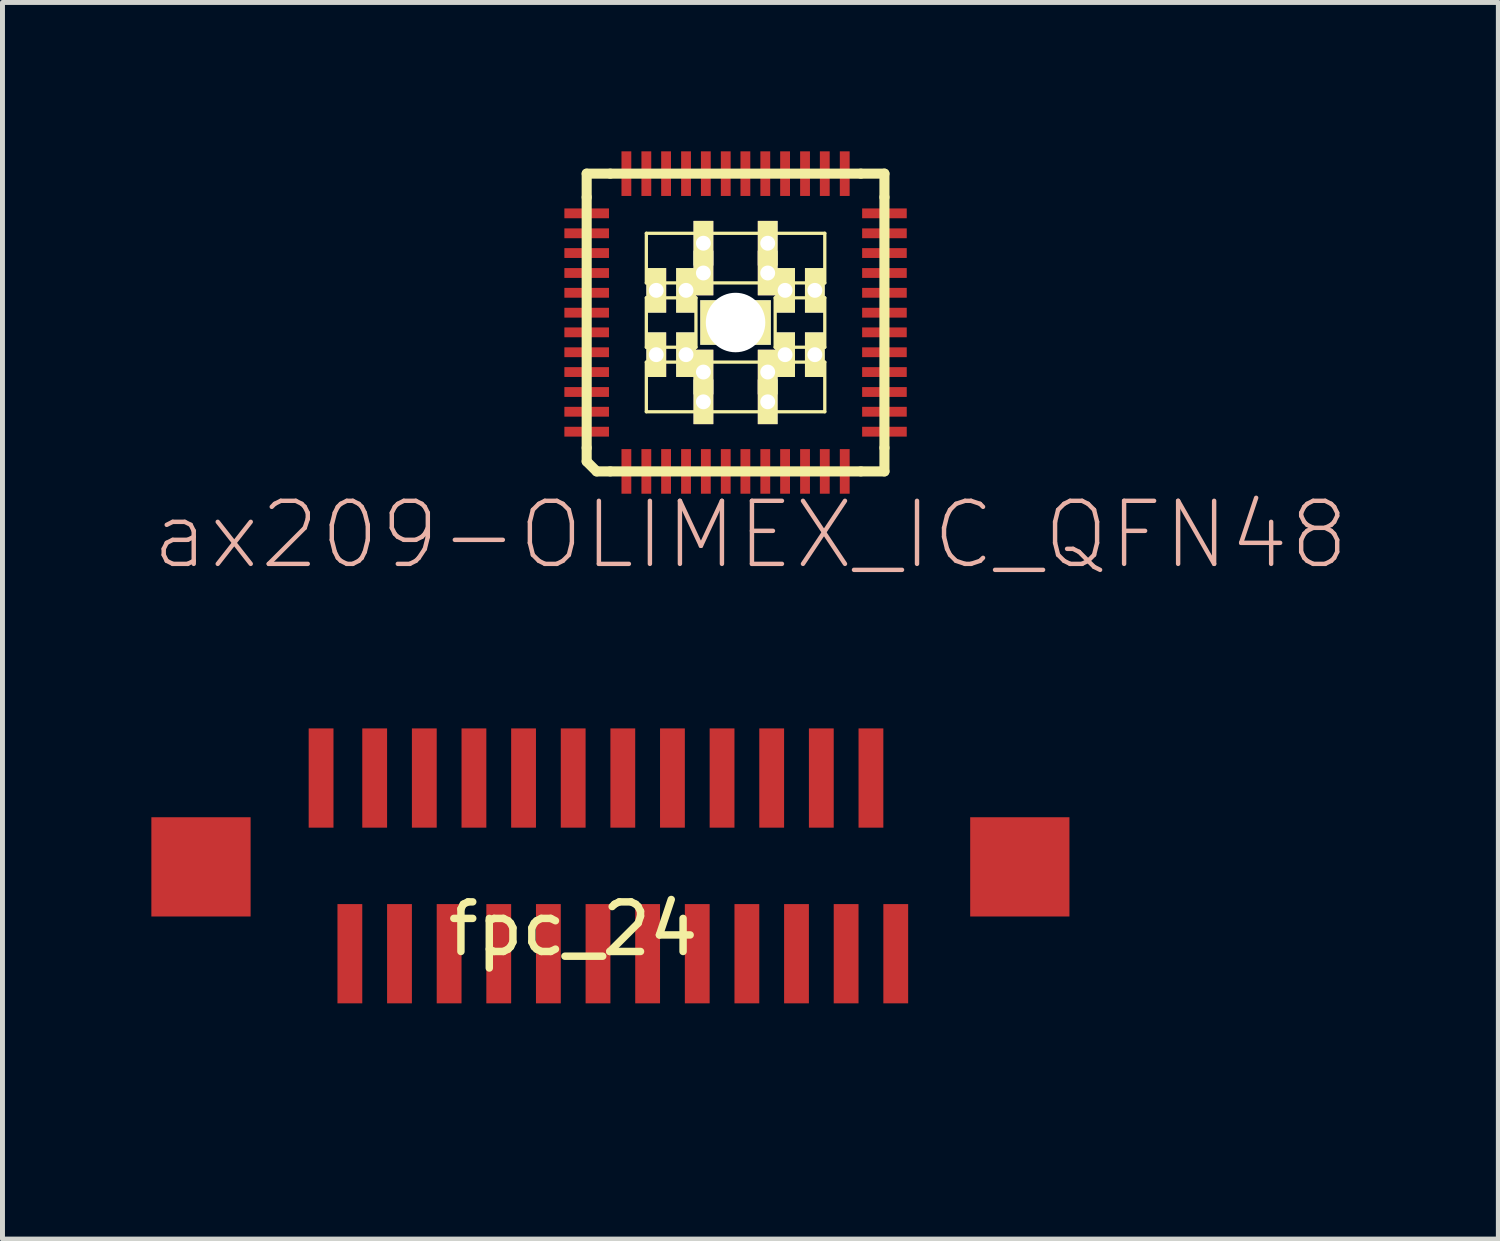
<source format=kicad_pcb>
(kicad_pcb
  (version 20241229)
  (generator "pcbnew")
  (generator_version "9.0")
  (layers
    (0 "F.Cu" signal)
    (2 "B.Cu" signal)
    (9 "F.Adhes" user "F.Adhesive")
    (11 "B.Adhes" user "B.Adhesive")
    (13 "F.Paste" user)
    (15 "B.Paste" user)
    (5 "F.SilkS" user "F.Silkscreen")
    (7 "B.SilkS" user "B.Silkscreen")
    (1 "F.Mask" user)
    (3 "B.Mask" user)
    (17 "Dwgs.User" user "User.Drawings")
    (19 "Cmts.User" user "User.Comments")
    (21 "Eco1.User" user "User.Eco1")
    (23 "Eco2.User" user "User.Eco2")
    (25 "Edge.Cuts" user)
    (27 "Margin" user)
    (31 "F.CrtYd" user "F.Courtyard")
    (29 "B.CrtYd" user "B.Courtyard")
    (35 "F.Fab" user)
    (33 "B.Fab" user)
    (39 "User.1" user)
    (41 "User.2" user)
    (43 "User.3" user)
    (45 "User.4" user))
  (footprint "ax209-OLIMEX_IC_QFN48"
    (layer "F.Cu")
    (at 11.772 3.449)
    (property "Reference" "ax209-OLIMEX_IC_QFN48" (at 0.3 4.28 0) (layer "B.SilkS") (effects (font (size 1.27 1.27) (thickness 0.089))))
    (attr smd)
    (fp_line (start -3 -3) (end -2.525 -3) (stroke (width 0.203) (type solid)) (layer "F.SilkS"))
    (fp_line (start -3 -2.525) (end -3 -3) (stroke (width 0.203) (type solid)) (layer "F.SilkS"))
    (fp_line (start -3 2.525) (end -3 -2.525) (stroke (width 0.203) (type solid)) (layer "F.SilkS"))
    (fp_line (start -3 2.799) (end -3 2.525) (stroke (width 0.203) (type solid)) (layer "F.SilkS"))
    (fp_line (start -2.799 3) (end -3 2.799) (stroke (width 0.203) (type solid)) (layer "F.SilkS"))
    (fp_line (start -2.525 -3) (end 2.525 -3) (stroke (width 0.203) (type solid)) (layer "F.SilkS"))
    (fp_line (start -2.525 3) (end -2.799 3) (stroke (width 0.203) (type solid)) (layer "F.SilkS"))
    (fp_line (start -1.798 -1.798) (end -0.798 -1.798) (stroke (width 0.066) (type solid)) (layer "F.SilkS"))
    (fp_line (start -1.798 -0.798) (end -1.798 -1.798) (stroke (width 0.066) (type solid)) (layer "F.SilkS"))
    (fp_line (start -1.798 -0.798) (end -0.798 -0.798) (stroke (width 0.066) (type solid)) (layer "F.SilkS"))
    (fp_line (start -1.798 -0.498) (end -0.798 -0.498) (stroke (width 0.066) (type solid)) (layer "F.SilkS"))
    (fp_line (start -1.798 0.498) (end -1.798 -0.498) (stroke (width 0.066) (type solid)) (layer "F.SilkS"))
    (fp_line (start -1.798 0.498) (end -0.798 0.498) (stroke (width 0.066) (type solid)) (layer "F.SilkS"))
    (fp_line (start -1.798 0.798) (end -0.798 0.798) (stroke (width 0.066) (type solid)) (layer "F.SilkS"))
    (fp_line (start -1.798 1.798) (end -1.798 0.798) (stroke (width 0.066) (type solid)) (layer "F.SilkS"))
    (fp_line (start -1.798 1.798) (end -0.798 1.798) (stroke (width 0.066) (type solid)) (layer "F.SilkS"))
    (fp_line (start -0.798 -0.798) (end -0.798 -1.798) (stroke (width 0.066) (type solid)) (layer "F.SilkS"))
    (fp_line (start -0.798 0.498) (end -0.798 -0.498) (stroke (width 0.066) (type solid)) (layer "F.SilkS"))
    (fp_line (start -0.798 1.798) (end -0.798 0.798) (stroke (width 0.066) (type solid)) (layer "F.SilkS"))
    (fp_line (start -0.498 -1.798) (end 0.498 -1.798) (stroke (width 0.066) (type solid)) (layer "F.SilkS"))
    (fp_line (start -0.498 -0.798) (end -0.498 -1.798) (stroke (width 0.066) (type solid)) (layer "F.SilkS"))
    (fp_line (start -0.498 -0.798) (end 0.498 -0.798) (stroke (width 0.066) (type solid)) (layer "F.SilkS"))
    (fp_line (start -0.498 0.798) (end 0.498 0.798) (stroke (width 0.066) (type solid)) (layer "F.SilkS"))
    (fp_line (start -0.498 1.798) (end -0.498 0.798) (stroke (width 0.066) (type solid)) (layer "F.SilkS"))
    (fp_line (start -0.498 1.798) (end 0.498 1.798) (stroke (width 0.066) (type solid)) (layer "F.SilkS"))
    (fp_line (start 0.498 -0.798) (end 0.498 -1.798) (stroke (width 0.066) (type solid)) (layer "F.SilkS"))
    (fp_line (start 0.498 1.798) (end 0.498 0.798) (stroke (width 0.066) (type solid)) (layer "F.SilkS"))
    (fp_line (start 0.798 -1.798) (end 1.798 -1.798) (stroke (width 0.066) (type solid)) (layer "F.SilkS"))
    (fp_line (start 0.798 -0.798) (end 0.798 -1.798) (stroke (width 0.066) (type solid)) (layer "F.SilkS"))
    (fp_line (start 0.798 -0.798) (end 1.798 -0.798) (stroke (width 0.066) (type solid)) (layer "F.SilkS"))
    (fp_line (start 0.798 -0.498) (end 1.798 -0.498) (stroke (width 0.066) (type solid)) (layer "F.SilkS"))
    (fp_line (start 0.798 0.498) (end 0.798 -0.498) (stroke (width 0.066) (type solid)) (layer "F.SilkS"))
    (fp_line (start 0.798 0.498) (end 1.798 0.498) (stroke (width 0.066) (type solid)) (layer "F.SilkS"))
    (fp_line (start 0.798 0.798) (end 1.798 0.798) (stroke (width 0.066) (type solid)) (layer "F.SilkS"))
    (fp_line (start 0.798 1.798) (end 0.798 0.798) (stroke (width 0.066) (type solid)) (layer "F.SilkS"))
    (fp_line (start 0.798 1.798) (end 1.798 1.798) (stroke (width 0.066) (type solid)) (layer "F.SilkS"))
    (fp_line (start 1.798 -0.798) (end 1.798 -1.798) (stroke (width 0.066) (type solid)) (layer "F.SilkS"))
    (fp_line (start 1.798 0.498) (end 1.798 -0.498) (stroke (width 0.066) (type solid)) (layer "F.SilkS"))
    (fp_line (start 1.798 1.798) (end 1.798 0.798) (stroke (width 0.066) (type solid)) (layer "F.SilkS"))
    (fp_line (start 2.525 -3) (end 3 -3) (stroke (width 0.203) (type solid)) (layer "F.SilkS"))
    (fp_line (start 2.525 3) (end -2.525 3) (stroke (width 0.203) (type solid)) (layer "F.SilkS"))
    (fp_line (start 3 -3) (end 3 -2.525) (stroke (width 0.203) (type solid)) (layer "F.SilkS"))
    (fp_line (start 3 -2.525) (end 3 2.525) (stroke (width 0.203) (type solid)) (layer "F.SilkS"))
    (fp_line (start 3 2.525) (end 3 3) (stroke (width 0.203) (type solid)) (layer "F.SilkS"))
    (fp_line (start 3 3) (end 2.525 3) (stroke (width 0.203) (type solid)) (layer "F.SilkS"))
    (pad "1" smd rect (at -2.2 3) (size 0.198 0.899) (layers "F.Cu" "F.Mask" "F.Paste"))
    (pad "2" smd rect (at -1.798 3) (size 0.198 0.899) (layers "F.Cu" "F.Mask" "F.Paste"))
    (pad "3" smd rect (at -1.4 3) (size 0.198 0.899) (layers "F.Cu" "F.Mask" "F.Paste"))
    (pad "4" smd rect (at -0.998 3) (size 0.198 0.899) (layers "F.Cu" "F.Mask" "F.Paste"))
    (pad "5" smd rect (at -0.599 3) (size 0.198 0.899) (layers "F.Cu" "F.Mask" "F.Paste"))
    (pad "6" smd rect (at -0.198 3) (size 0.198 0.899) (layers "F.Cu" "F.Mask" "F.Paste"))
    (pad "7" smd rect (at 0.198 3) (size 0.198 0.899) (layers "F.Cu" "F.Mask" "F.Paste"))
    (pad "8" smd rect (at 0.599 3) (size 0.198 0.899) (layers "F.Cu" "F.Mask" "F.Paste"))
    (pad "9" smd rect (at 0.998 3) (size 0.198 0.899) (layers "F.Cu" "F.Mask" "F.Paste"))
    (pad "10" smd rect (at 1.4 3) (size 0.198 0.899) (layers "F.Cu" "F.Mask" "F.Paste"))
    (pad "11" smd rect (at 1.798 3) (size 0.198 0.899) (layers "F.Cu" "F.Mask" "F.Paste"))
    (pad "12" smd rect (at 2.2 3) (size 0.198 0.899) (layers "F.Cu" "F.Mask" "F.Paste"))
    (pad "13" smd rect (at 3 2.2 90) (size 0.198 0.899) (layers "F.Cu" "F.Mask" "F.Paste"))
    (pad "14" smd rect (at 3 1.798 90) (size 0.198 0.899) (layers "F.Cu" "F.Mask" "F.Paste"))
    (pad "15" smd rect (at 3 1.4 90) (size 0.198 0.899) (layers "F.Cu" "F.Mask" "F.Paste"))
    (pad "16" smd rect (at 3 0.998 90) (size 0.198 0.899) (layers "F.Cu" "F.Mask" "F.Paste"))
    (pad "17" smd rect (at 3 0.599 90) (size 0.198 0.899) (layers "F.Cu" "F.Mask" "F.Paste"))
    (pad "18" smd rect (at 3 0.198 90) (size 0.198 0.899) (layers "F.Cu" "F.Mask" "F.Paste"))
    (pad "19" smd rect (at 3 -0.198 90) (size 0.198 0.899) (layers "F.Cu" "F.Mask" "F.Paste"))
    (pad "20" smd rect (at 3 -0.599 90) (size 0.198 0.899) (layers "F.Cu" "F.Mask" "F.Paste"))
    (pad "21" smd rect (at 3 -0.998 90) (size 0.198 0.899) (layers "F.Cu" "F.Mask" "F.Paste"))
    (pad "22" smd rect (at 3 -1.4 90) (size 0.198 0.899) (layers "F.Cu" "F.Mask" "F.Paste"))
    (pad "23" smd rect (at 3 -1.798 90) (size 0.198 0.899) (layers "F.Cu" "F.Mask" "F.Paste"))
    (pad "24" smd rect (at 3 -2.2 90) (size 0.198 0.899) (layers "F.Cu" "F.Mask" "F.Paste"))
    (pad "25" smd rect (at 2.2 -3) (size 0.198 0.899) (layers "F.Cu" "F.Mask" "F.Paste"))
    (pad "26" smd rect (at 1.798 -3) (size 0.198 0.899) (layers "F.Cu" "F.Mask" "F.Paste"))
    (pad "27" smd rect (at 1.4 -3) (size 0.198 0.899) (layers "F.Cu" "F.Mask" "F.Paste"))
    (pad "28" smd rect (at 0.998 -3) (size 0.198 0.899) (layers "F.Cu" "F.Mask" "F.Paste"))
    (pad "29" smd rect (at 0.599 -3) (size 0.198 0.899) (layers "F.Cu" "F.Mask" "F.Paste"))
    (pad "30" smd rect (at 0.198 -3) (size 0.198 0.899) (layers "F.Cu" "F.Mask" "F.Paste"))
    (pad "31" smd rect (at -0.198 -3) (size 0.198 0.899) (layers "F.Cu" "F.Mask" "F.Paste"))
    (pad "32" smd rect (at -0.599 -3) (size 0.198 0.899) (layers "F.Cu" "F.Mask" "F.Paste"))
    (pad "33" smd rect (at -0.998 -3) (size 0.198 0.899) (layers "F.Cu" "F.Mask" "F.Paste"))
    (pad "34" smd rect (at -1.4 -3) (size 0.198 0.899) (layers "F.Cu" "F.Mask" "F.Paste"))
    (pad "35" smd rect (at -1.798 -3) (size 0.198 0.899) (layers "F.Cu" "F.Mask" "F.Paste"))
    (pad "36" smd rect (at -2.2 -3) (size 0.198 0.899) (layers "F.Cu" "F.Mask" "F.Paste"))
    (pad "37" smd rect (at -3 -2.2 90) (size 0.198 0.899) (layers "F.Cu" "F.Mask" "F.Paste"))
    (pad "38" smd rect (at -3 -1.798 90) (size 0.198 0.899) (layers "F.Cu" "F.Mask" "F.Paste"))
    (pad "39" smd rect (at -3 -1.4 90) (size 0.198 0.899) (layers "F.Cu" "F.Mask" "F.Paste"))
    (pad "40" smd rect (at -3 -0.998 90) (size 0.198 0.899) (layers "F.Cu" "F.Mask" "F.Paste"))
    (pad "41" smd rect (at -3 -0.599 90) (size 0.198 0.899) (layers "F.Cu" "F.Mask" "F.Paste"))
    (pad "42" smd rect (at -3 -0.198 90) (size 0.198 0.899) (layers "F.Cu" "F.Mask" "F.Paste"))
    (pad "43" smd rect (at -3 0.198 90) (size 0.198 0.899) (layers "F.Cu" "F.Mask" "F.Paste"))
    (pad "44" smd rect (at -3 0.599 90) (size 0.198 0.899) (layers "F.Cu" "F.Mask" "F.Paste"))
    (pad "45" smd rect (at -3 0.998 90) (size 0.198 0.899) (layers "F.Cu" "F.Mask" "F.Paste"))
    (pad "46" smd rect (at -3 1.4 90) (size 0.198 0.899) (layers "F.Cu" "F.Mask" "F.Paste"))
    (pad "47" smd rect (at -3 1.798 90) (size 0.198 0.899) (layers "F.Cu" "F.Mask" "F.Paste"))
    (pad "48" smd rect (at -3 2.2 90) (size 0.198 0.899) (layers "F.Cu" "F.Mask" "F.Paste"))
    (pad "N1" thru_hole rect (at 0 0) (size 1.422 0.899) (drill 1.199) (layers "*.Cu" "F.Mask" "F.SilkS" "F.Paste"))
    (pad "N2" thru_hole rect (at -1.598 -0.648) (size 0.399 0.899) (drill 0.3) (layers "*.Cu" "F.Mask" "F.SilkS" "F.Paste"))
    (pad "N3" thru_hole rect (at -0.998 -0.648) (size 0.399 0.899) (drill 0.3) (layers "*.Cu" "F.Mask" "F.SilkS" "F.Paste"))
    (pad "N4" thru_hole rect (at -1.598 0.648) (size 0.399 0.899) (drill 0.3) (layers "*.Cu" "F.Mask" "F.SilkS" "F.Paste"))
    (pad "N5" thru_hole rect (at -0.998 0.648) (size 0.399 0.899) (drill 0.3) (layers "*.Cu" "F.Mask" "F.SilkS" "F.Paste"))
    (pad "N6" thru_hole rect (at -0.648 1.598) (size 0.399 0.899) (drill 0.3) (layers "*.Cu" "F.Mask" "F.SilkS" "F.Paste"))
    (pad "N7" thru_hole rect (at -0.648 0.998) (size 0.399 0.899) (drill 0.3) (layers "*.Cu" "F.Mask" "F.SilkS" "F.Paste"))
    (pad "N8" thru_hole rect (at 0.648 1.598) (size 0.399 0.899) (drill 0.3) (layers "*.Cu" "F.Mask" "F.SilkS" "F.Paste"))
    (pad "N9" thru_hole rect (at 0.648 0.998) (size 0.399 0.899) (drill 0.3) (layers "*.Cu" "F.Mask" "F.SilkS" "F.Paste"))
    (pad "N10" thru_hole rect (at 1.598 0.648) (size 0.399 0.899) (drill 0.3) (layers "*.Cu" "F.Mask" "F.SilkS" "F.Paste"))
    (pad "N11" thru_hole rect (at 0.998 0.648) (size 0.399 0.899) (drill 0.3) (layers "*.Cu" "F.Mask" "F.SilkS" "F.Paste"))
    (pad "N12" thru_hole rect (at 1.598 -0.648) (size 0.399 0.899) (drill 0.3) (layers "*.Cu" "F.Mask" "F.SilkS" "F.Paste"))
    (pad "N13" thru_hole rect (at 0.998 -0.648) (size 0.399 0.899) (drill 0.3) (layers "*.Cu" "F.Mask" "F.SilkS" "F.Paste"))
    (pad "N14" thru_hole rect (at 0.648 -1.598) (size 0.399 0.899) (drill 0.3) (layers "*.Cu" "F.Mask" "F.SilkS" "F.Paste"))
    (pad "N15" thru_hole rect (at 0.648 -0.998) (size 0.399 0.899) (drill 0.3) (layers "*.Cu" "F.Mask" "F.SilkS" "F.Paste"))
    (pad "N16" thru_hole rect (at -0.648 -1.598) (size 0.399 0.899) (drill 0.3) (layers "*.Cu" "F.Mask" "F.SilkS" "F.Paste"))
    (pad "N17" thru_hole rect (at -0.648 -0.998) (size 0.399 0.899) (drill 0.3) (layers "*.Cu" "F.Mask" "F.SilkS" "F.Paste")))
  (footprint "fpc_24"
    (layer "F.Cu")
    (at 2.5 18.668)
    (property "Reference" "fpc_24" (at 6 -3 0) (layer "F.SilkS") (effects (font (size 1 1) (thickness 0.15))))
    (attr through_hole)
    (pad "0" smd rect (at -1.5 -4.25) (size 2 2) (layers "F.Cu" "F.Mask"))
    (pad "0" smd rect (at 15 -4.25) (size 2 2) (layers "F.Cu" "F.Mask"))
    (pad "1" smd rect (at 0.92 -6.04) (size 0.5 2) (layers "F.Cu" "F.Mask"))
    (pad "2" smd rect (at 1.5 -2.5) (size 0.5 2) (layers "F.Cu" "F.Mask"))
    (pad "3" smd rect (at 2 -6.04) (size 0.5 2) (layers "F.Cu" "F.Mask"))
    (pad "4" smd rect (at 2.5 -2.5) (size 0.5 2) (layers "F.Cu" "F.Mask"))
    (pad "5" smd rect (at 3 -6.04) (size 0.5 2) (layers "F.Cu" "F.Mask"))
    (pad "6" smd rect (at 3.5 -2.5) (size 0.5 2) (layers "F.Cu" "F.Mask"))
    (pad "7" smd rect (at 4 -6.04) (size 0.5 2) (layers "F.Cu" "F.Mask"))
    (pad "8" smd rect (at 4.5 -2.5) (size 0.5 2) (layers "F.Cu" "F.Mask"))
    (pad "9" smd rect (at 5 -6.04) (size 0.5 2) (layers "F.Cu" "F.Mask"))
    (pad "10" smd rect (at 5.5 -2.5) (size 0.5 2) (layers "F.Cu" "F.Mask"))
    (pad "11" smd rect (at 6 -6.04) (size 0.5 2) (layers "F.Cu" "F.Mask"))
    (pad "12" smd rect (at 6.5 -2.5) (size 0.5 2) (layers "F.Cu" "F.Mask"))
    (pad "13" smd rect (at 7 -6.04) (size 0.5 2) (layers "F.Cu" "F.Mask"))
    (pad "14" smd rect (at 7.5 -2.5) (size 0.5 2) (layers "F.Cu" "F.Mask"))
    (pad "15" smd rect (at 8 -6.04) (size 0.5 2) (layers "F.Cu" "F.Mask"))
    (pad "16" smd rect (at 8.5 -2.5) (size 0.5 2) (layers "F.Cu" "F.Mask"))
    (pad "17" smd rect (at 9 -6.04) (size 0.5 2) (layers "F.Cu" "F.Mask"))
    (pad "18" smd rect (at 9.5 -2.5) (size 0.5 2) (layers "F.Cu" "F.Mask"))
    (pad "19" smd rect (at 10 -6.04) (size 0.5 2) (layers "F.Cu" "F.Mask"))
    (pad "20" smd rect (at 10.5 -2.5) (size 0.5 2) (layers "F.Cu" "F.Mask"))
    (pad "21" smd rect (at 11 -6.04) (size 0.5 2) (layers "F.Cu" "F.Mask"))
    (pad "22" smd rect (at 11.5 -2.5) (size 0.5 2) (layers "F.Cu" "F.Mask"))
    (pad "23" smd rect (at 12 -6.04) (size 0.5 2) (layers "F.Cu" "F.Mask"))
    (pad "24" smd rect (at 12.5 -2.5) (size 0.5 2) (layers "F.Cu" "F.Mask")))
  (gr_rect
    (start -3 -3)
    (end 27.143 21.918)
    (stroke (width 0.1) (type default))
    (fill no)
    (layer "Edge.Cuts")))
</source>
